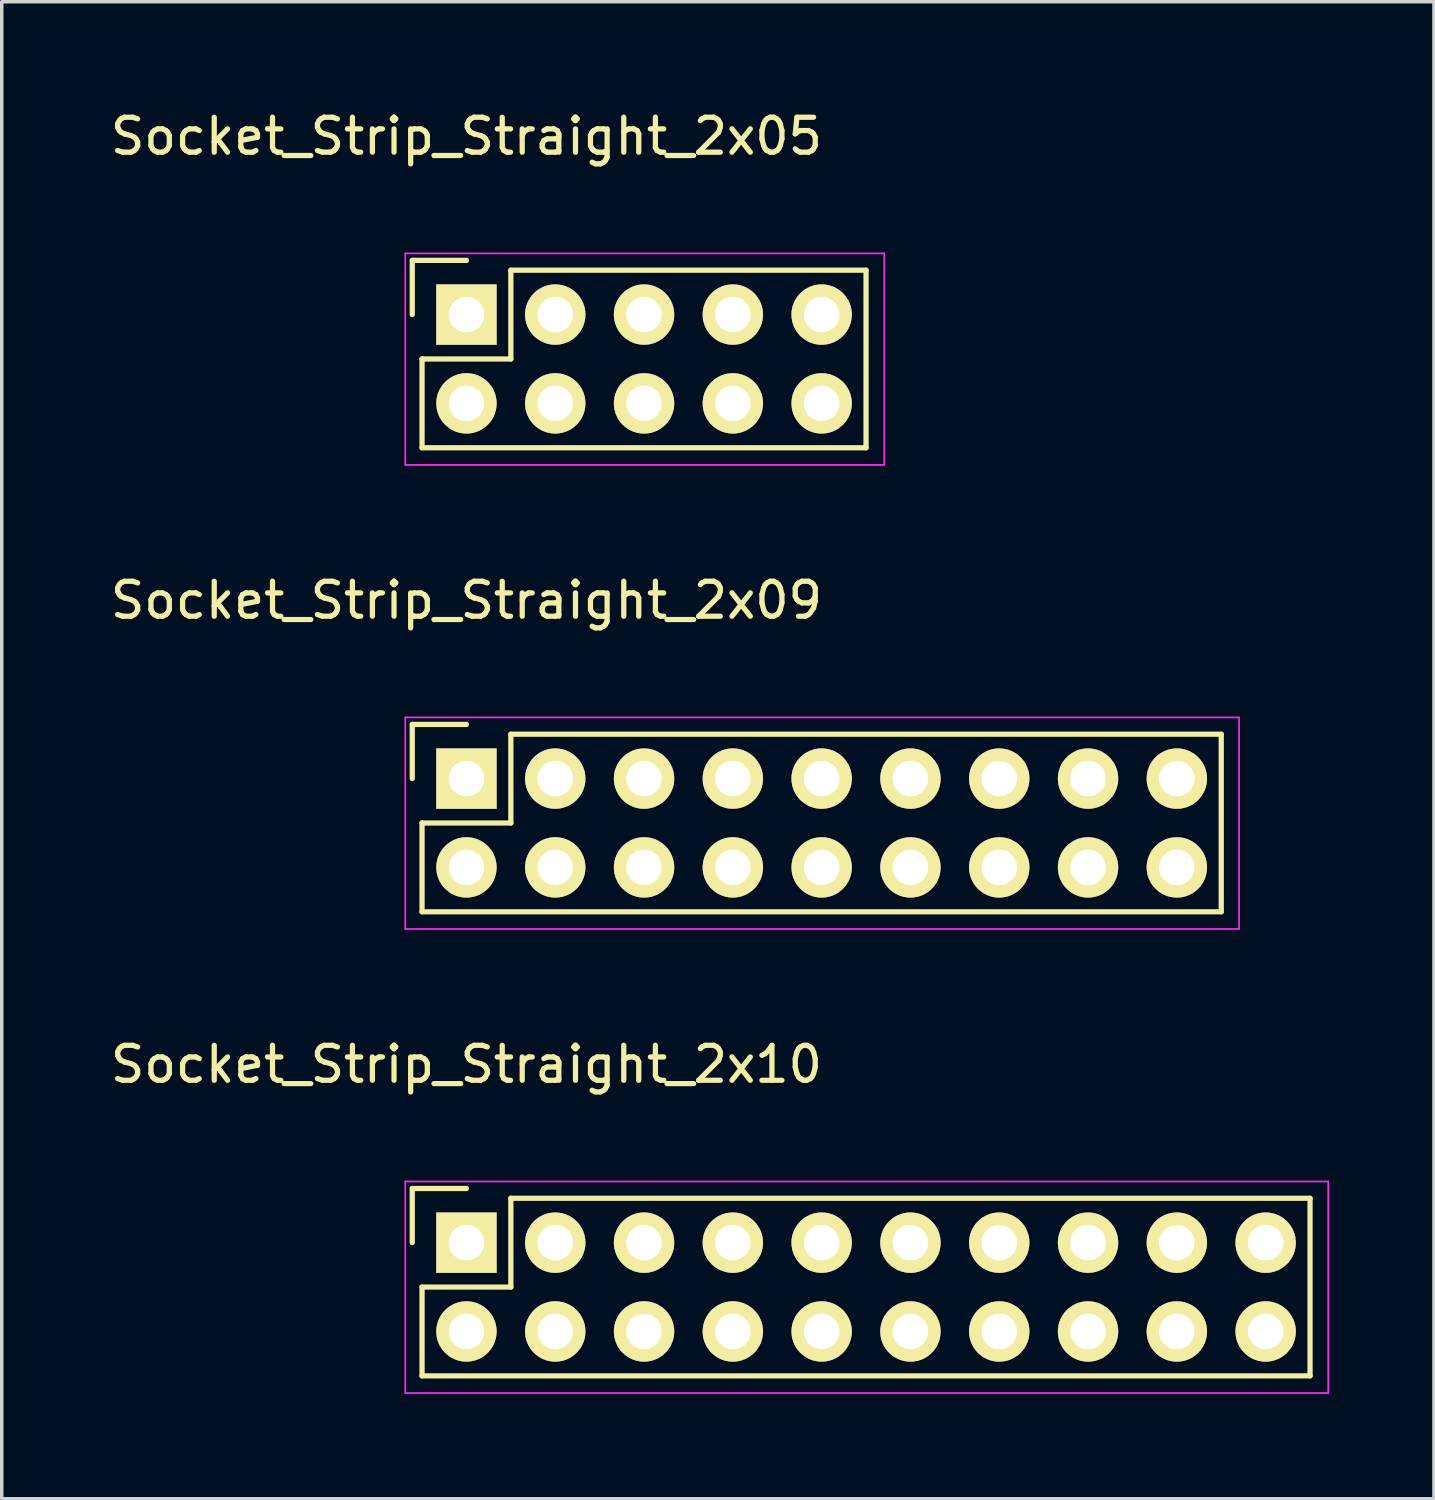
<source format=kicad_pcb>
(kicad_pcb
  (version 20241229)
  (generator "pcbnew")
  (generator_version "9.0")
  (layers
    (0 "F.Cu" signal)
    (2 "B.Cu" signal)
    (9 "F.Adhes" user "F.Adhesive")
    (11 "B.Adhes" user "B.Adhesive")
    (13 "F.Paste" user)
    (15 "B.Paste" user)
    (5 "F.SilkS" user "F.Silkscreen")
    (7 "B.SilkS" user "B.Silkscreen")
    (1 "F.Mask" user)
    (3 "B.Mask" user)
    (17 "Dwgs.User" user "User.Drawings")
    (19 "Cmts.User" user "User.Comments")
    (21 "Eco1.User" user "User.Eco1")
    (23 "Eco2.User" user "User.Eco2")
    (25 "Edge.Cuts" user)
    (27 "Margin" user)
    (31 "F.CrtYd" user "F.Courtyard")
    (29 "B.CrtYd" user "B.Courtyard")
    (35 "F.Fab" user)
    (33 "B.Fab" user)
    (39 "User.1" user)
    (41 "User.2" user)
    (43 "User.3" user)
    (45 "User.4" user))
  (footprint "Socket_Strip_Straight_2x10"
    (layer "F.Cu")
    (at 10.292 32.495)
    (property "Reference" "Socket_Strip_Straight_2x10" (at 0 -5.1 0) (layer "F.SilkS") (effects (font (size 1 1) (thickness 0.15))))
    (attr through_hole)
    (fp_line (start -1.55 -1.55) (end -1.55 0) (stroke (width 0.15) (type solid)) (layer "F.SilkS"))
    (fp_line (start -1.27 1.27) (end 1.27 1.27) (stroke (width 0.15) (type solid)) (layer "F.SilkS"))
    (fp_line (start -1.27 3.81) (end -1.27 1.27) (stroke (width 0.15) (type solid)) (layer "F.SilkS"))
    (fp_line (start 0 -1.55) (end -1.55 -1.55) (stroke (width 0.15) (type solid)) (layer "F.SilkS"))
    (fp_line (start 1.27 -1.27) (end 24.13 -1.27) (stroke (width 0.15) (type solid)) (layer "F.SilkS"))
    (fp_line (start 1.27 1.27) (end 1.27 -1.27) (stroke (width 0.15) (type solid)) (layer "F.SilkS"))
    (fp_line (start 24.13 3.81) (end -1.27 3.81) (stroke (width 0.15) (type solid)) (layer "F.SilkS"))
    (fp_line (start 24.13 3.81) (end 24.13 -1.27) (stroke (width 0.15) (type solid)) (layer "F.SilkS"))
    (fp_line (start -1.75 -1.75) (end -1.75 4.3) (stroke (width 0.05) (type solid)) (layer "F.CrtYd"))
    (fp_line (start -1.75 -1.75) (end 24.65 -1.75) (stroke (width 0.05) (type solid)) (layer "F.CrtYd"))
    (fp_line (start -1.75 4.3) (end 24.65 4.3) (stroke (width 0.05) (type solid)) (layer "F.CrtYd"))
    (fp_line (start 24.65 -1.75) (end 24.65 4.3) (stroke (width 0.05) (type solid)) (layer "F.CrtYd"))
    (pad "1" thru_hole rect (at 0 0) (size 1.727 1.727) (drill 1.016) (layers "*.Cu" "*.Mask" "F.SilkS"))
    (pad "2" thru_hole oval (at 0 2.54) (size 1.727 1.727) (drill 1.016) (layers "*.Cu" "*.Mask" "F.SilkS"))
    (pad "3" thru_hole oval (at 2.54 0) (size 1.727 1.727) (drill 1.016) (layers "*.Cu" "*.Mask" "F.SilkS"))
    (pad "4" thru_hole oval (at 2.54 2.54) (size 1.727 1.727) (drill 1.016) (layers "*.Cu" "*.Mask" "F.SilkS"))
    (pad "5" thru_hole oval (at 5.08 0) (size 1.727 1.727) (drill 1.016) (layers "*.Cu" "*.Mask" "F.SilkS"))
    (pad "6" thru_hole oval (at 5.08 2.54) (size 1.727 1.727) (drill 1.016) (layers "*.Cu" "*.Mask" "F.SilkS"))
    (pad "7" thru_hole oval (at 7.62 0) (size 1.727 1.727) (drill 1.016) (layers "*.Cu" "*.Mask" "F.SilkS"))
    (pad "8" thru_hole oval (at 7.62 2.54) (size 1.727 1.727) (drill 1.016) (layers "*.Cu" "*.Mask" "F.SilkS"))
    (pad "9" thru_hole oval (at 10.16 0) (size 1.727 1.727) (drill 1.016) (layers "*.Cu" "*.Mask" "F.SilkS"))
    (pad "10" thru_hole oval (at 10.16 2.54) (size 1.727 1.727) (drill 1.016) (layers "*.Cu" "*.Mask" "F.SilkS"))
    (pad "11" thru_hole oval (at 12.7 0) (size 1.727 1.727) (drill 1.016) (layers "*.Cu" "*.Mask" "F.SilkS"))
    (pad "12" thru_hole oval (at 12.7 2.54) (size 1.727 1.727) (drill 1.016) (layers "*.Cu" "*.Mask" "F.SilkS"))
    (pad "13" thru_hole oval (at 15.24 0) (size 1.727 1.727) (drill 1.016) (layers "*.Cu" "*.Mask" "F.SilkS"))
    (pad "14" thru_hole oval (at 15.24 2.54) (size 1.727 1.727) (drill 1.016) (layers "*.Cu" "*.Mask" "F.SilkS"))
    (pad "15" thru_hole oval (at 17.78 0) (size 1.727 1.727) (drill 1.016) (layers "*.Cu" "*.Mask" "F.SilkS"))
    (pad "16" thru_hole oval (at 17.78 2.54) (size 1.727 1.727) (drill 1.016) (layers "*.Cu" "*.Mask" "F.SilkS"))
    (pad "17" thru_hole oval (at 20.32 0) (size 1.727 1.727) (drill 1.016) (layers "*.Cu" "*.Mask" "F.SilkS"))
    (pad "18" thru_hole oval (at 20.32 2.54) (size 1.727 1.727) (drill 1.016) (layers "*.Cu" "*.Mask" "F.SilkS"))
    (pad "19" thru_hole oval (at 22.86 0) (size 1.727 1.727) (drill 1.016) (layers "*.Cu" "*.Mask" "F.SilkS"))
    (pad "20" thru_hole oval (at 22.86 2.54) (size 1.727 1.727) (drill 1.016) (layers "*.Cu" "*.Mask" "F.SilkS")))
  (footprint "Socket_Strip_Straight_2x05"
    (layer "F.Cu")
    (at 10.292 5.948)
    (property "Reference" "Socket_Strip_Straight_2x05" (at 0 -5.1 0) (layer "F.SilkS") (effects (font (size 1 1) (thickness 0.15))))
    (attr through_hole)
    (fp_line (start -1.55 -1.55) (end -1.55 0) (stroke (width 0.15) (type solid)) (layer "F.SilkS"))
    (fp_line (start -1.27 1.27) (end 1.27 1.27) (stroke (width 0.15) (type solid)) (layer "F.SilkS"))
    (fp_line (start -1.27 3.81) (end -1.27 1.27) (stroke (width 0.15) (type solid)) (layer "F.SilkS"))
    (fp_line (start -1.27 3.81) (end 11.43 3.81) (stroke (width 0.15) (type solid)) (layer "F.SilkS"))
    (fp_line (start 0 -1.55) (end -1.55 -1.55) (stroke (width 0.15) (type solid)) (layer "F.SilkS"))
    (fp_line (start 1.27 1.27) (end 1.27 -1.27) (stroke (width 0.15) (type solid)) (layer "F.SilkS"))
    (fp_line (start 11.43 -1.27) (end 1.27 -1.27) (stroke (width 0.15) (type solid)) (layer "F.SilkS"))
    (fp_line (start 11.43 3.81) (end 11.43 -1.27) (stroke (width 0.15) (type solid)) (layer "F.SilkS"))
    (fp_line (start -1.75 -1.75) (end -1.75 4.3) (stroke (width 0.05) (type solid)) (layer "F.CrtYd"))
    (fp_line (start -1.75 -1.75) (end 11.95 -1.75) (stroke (width 0.05) (type solid)) (layer "F.CrtYd"))
    (fp_line (start -1.75 4.3) (end 11.95 4.3) (stroke (width 0.05) (type solid)) (layer "F.CrtYd"))
    (fp_line (start 11.95 -1.75) (end 11.95 4.3) (stroke (width 0.05) (type solid)) (layer "F.CrtYd"))
    (pad "1" thru_hole rect (at 0 0) (size 1.727 1.727) (drill 1.016) (layers "*.Cu" "*.Mask" "F.SilkS"))
    (pad "2" thru_hole oval (at 0 2.54) (size 1.727 1.727) (drill 1.016) (layers "*.Cu" "*.Mask" "F.SilkS"))
    (pad "3" thru_hole oval (at 2.54 0) (size 1.727 1.727) (drill 1.016) (layers "*.Cu" "*.Mask" "F.SilkS"))
    (pad "4" thru_hole oval (at 2.54 2.54) (size 1.727 1.727) (drill 1.016) (layers "*.Cu" "*.Mask" "F.SilkS"))
    (pad "5" thru_hole oval (at 5.08 0) (size 1.727 1.727) (drill 1.016) (layers "*.Cu" "*.Mask" "F.SilkS"))
    (pad "6" thru_hole oval (at 5.08 2.54) (size 1.727 1.727) (drill 1.016) (layers "*.Cu" "*.Mask" "F.SilkS"))
    (pad "7" thru_hole oval (at 7.62 0) (size 1.727 1.727) (drill 1.016) (layers "*.Cu" "*.Mask" "F.SilkS"))
    (pad "8" thru_hole oval (at 7.62 2.54) (size 1.727 1.727) (drill 1.016) (layers "*.Cu" "*.Mask" "F.SilkS"))
    (pad "9" thru_hole oval (at 10.16 0) (size 1.727 1.727) (drill 1.016) (layers "*.Cu" "*.Mask" "F.SilkS"))
    (pad "10" thru_hole oval (at 10.16 2.54) (size 1.727 1.727) (drill 1.016) (layers "*.Cu" "*.Mask" "F.SilkS")))
  (footprint "Socket_Strip_Straight_2x09"
    (layer "F.Cu")
    (at 10.292 19.221)
    (property "Reference" "Socket_Strip_Straight_2x09" (at 0 -5.1 0) (layer "F.SilkS") (effects (font (size 1 1) (thickness 0.15))))
    (attr through_hole)
    (fp_line (start -1.55 -1.55) (end -1.55 0) (stroke (width 0.15) (type solid)) (layer "F.SilkS"))
    (fp_line (start -1.27 1.27) (end 1.27 1.27) (stroke (width 0.15) (type solid)) (layer "F.SilkS"))
    (fp_line (start -1.27 3.81) (end -1.27 1.27) (stroke (width 0.15) (type solid)) (layer "F.SilkS"))
    (fp_line (start 0 -1.55) (end -1.55 -1.55) (stroke (width 0.15) (type solid)) (layer "F.SilkS"))
    (fp_line (start 1.27 -1.27) (end 21.59 -1.27) (stroke (width 0.15) (type solid)) (layer "F.SilkS"))
    (fp_line (start 1.27 1.27) (end 1.27 -1.27) (stroke (width 0.15) (type solid)) (layer "F.SilkS"))
    (fp_line (start 21.59 3.81) (end -1.27 3.81) (stroke (width 0.15) (type solid)) (layer "F.SilkS"))
    (fp_line (start 21.59 3.81) (end 21.59 -1.27) (stroke (width 0.15) (type solid)) (layer "F.SilkS"))
    (fp_line (start -1.75 -1.75) (end -1.75 4.3) (stroke (width 0.05) (type solid)) (layer "F.CrtYd"))
    (fp_line (start -1.75 -1.75) (end 22.1 -1.75) (stroke (width 0.05) (type solid)) (layer "F.CrtYd"))
    (fp_line (start -1.75 4.3) (end 22.1 4.3) (stroke (width 0.05) (type solid)) (layer "F.CrtYd"))
    (fp_line (start 22.1 -1.75) (end 22.1 4.3) (stroke (width 0.05) (type solid)) (layer "F.CrtYd"))
    (pad "1" thru_hole rect (at 0 0) (size 1.727 1.727) (drill 1.016) (layers "*.Cu" "*.Mask" "F.SilkS"))
    (pad "2" thru_hole oval (at 0 2.54) (size 1.727 1.727) (drill 1.016) (layers "*.Cu" "*.Mask" "F.SilkS"))
    (pad "3" thru_hole oval (at 2.54 0) (size 1.727 1.727) (drill 1.016) (layers "*.Cu" "*.Mask" "F.SilkS"))
    (pad "4" thru_hole oval (at 2.54 2.54) (size 1.727 1.727) (drill 1.016) (layers "*.Cu" "*.Mask" "F.SilkS"))
    (pad "5" thru_hole oval (at 5.08 0) (size 1.727 1.727) (drill 1.016) (layers "*.Cu" "*.Mask" "F.SilkS"))
    (pad "6" thru_hole oval (at 5.08 2.54) (size 1.727 1.727) (drill 1.016) (layers "*.Cu" "*.Mask" "F.SilkS"))
    (pad "7" thru_hole oval (at 7.62 0) (size 1.727 1.727) (drill 1.016) (layers "*.Cu" "*.Mask" "F.SilkS"))
    (pad "8" thru_hole oval (at 7.62 2.54) (size 1.727 1.727) (drill 1.016) (layers "*.Cu" "*.Mask" "F.SilkS"))
    (pad "9" thru_hole oval (at 10.16 0) (size 1.727 1.727) (drill 1.016) (layers "*.Cu" "*.Mask" "F.SilkS"))
    (pad "10" thru_hole oval (at 10.16 2.54) (size 1.727 1.727) (drill 1.016) (layers "*.Cu" "*.Mask" "F.SilkS"))
    (pad "11" thru_hole oval (at 12.7 0) (size 1.727 1.727) (drill 1.016) (layers "*.Cu" "*.Mask" "F.SilkS"))
    (pad "12" thru_hole oval (at 12.7 2.54) (size 1.727 1.727) (drill 1.016) (layers "*.Cu" "*.Mask" "F.SilkS"))
    (pad "13" thru_hole oval (at 15.24 0) (size 1.727 1.727) (drill 1.016) (layers "*.Cu" "*.Mask" "F.SilkS"))
    (pad "14" thru_hole oval (at 15.24 2.54) (size 1.727 1.727) (drill 1.016) (layers "*.Cu" "*.Mask" "F.SilkS"))
    (pad "15" thru_hole oval (at 17.78 0) (size 1.727 1.727) (drill 1.016) (layers "*.Cu" "*.Mask" "F.SilkS"))
    (pad "16" thru_hole oval (at 17.78 2.54) (size 1.727 1.727) (drill 1.016) (layers "*.Cu" "*.Mask" "F.SilkS"))
    (pad "17" thru_hole oval (at 20.32 0) (size 1.727 1.727) (drill 1.016) (layers "*.Cu" "*.Mask" "F.SilkS"))
    (pad "18" thru_hole oval (at 20.32 2.54) (size 1.727 1.727) (drill 1.016) (layers "*.Cu" "*.Mask" "F.SilkS")))
  (gr_rect
    (start -3 -3)
    (end 37.967 39.82)
    (stroke (width 0.1) (type default))
    (fill no)
    (layer "Edge.Cuts")))
</source>
